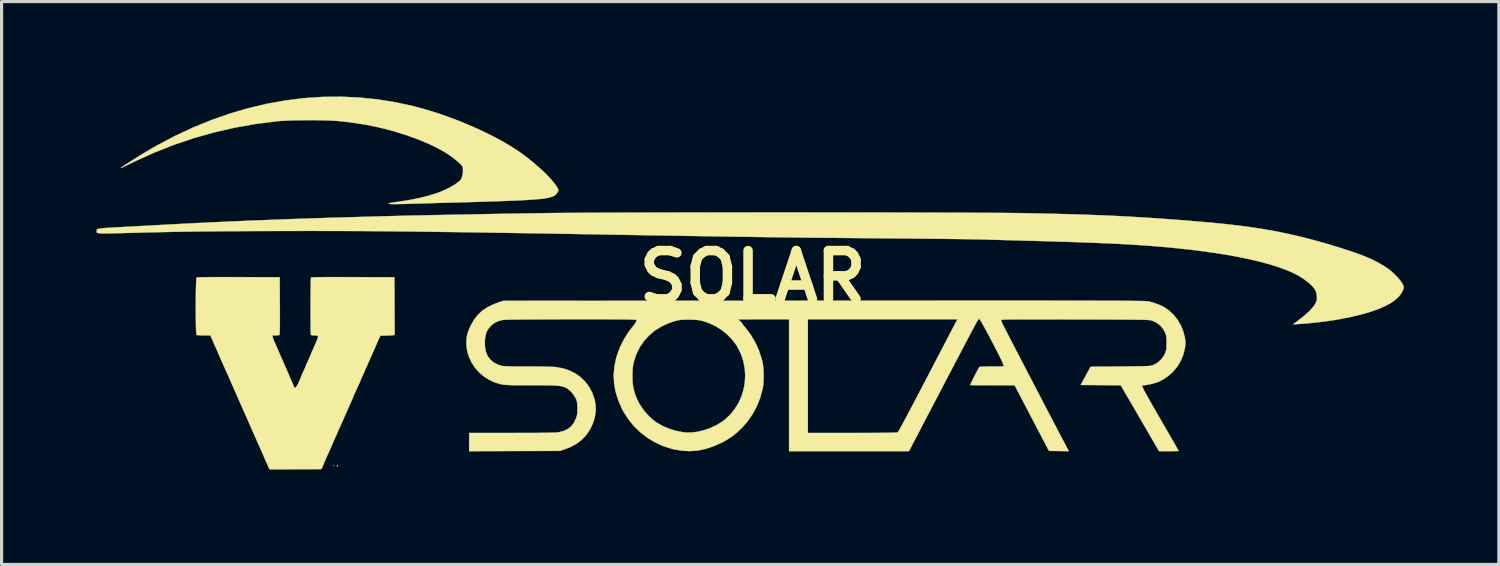
<source format=kicad_pcb>
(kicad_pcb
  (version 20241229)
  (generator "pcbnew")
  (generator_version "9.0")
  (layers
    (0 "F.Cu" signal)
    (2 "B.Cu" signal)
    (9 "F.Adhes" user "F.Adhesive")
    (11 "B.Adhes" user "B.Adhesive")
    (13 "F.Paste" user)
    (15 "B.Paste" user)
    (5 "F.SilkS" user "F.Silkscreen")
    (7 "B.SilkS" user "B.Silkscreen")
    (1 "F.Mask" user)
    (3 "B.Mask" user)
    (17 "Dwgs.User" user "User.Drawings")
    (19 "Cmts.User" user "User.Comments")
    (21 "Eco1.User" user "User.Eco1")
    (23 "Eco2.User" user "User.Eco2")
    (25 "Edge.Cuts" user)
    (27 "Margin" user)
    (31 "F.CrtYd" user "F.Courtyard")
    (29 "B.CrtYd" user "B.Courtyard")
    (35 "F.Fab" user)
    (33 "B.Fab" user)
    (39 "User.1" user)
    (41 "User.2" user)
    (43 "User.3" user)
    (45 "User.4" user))
  (footprint "SOLAR"
    (layer "F.Cu")
    (at 20.732 5.702)
    (property "Reference" "SOLAR" (at 0 0 0) (layer "F.SilkS") (effects (font (size 1.524 1.524) (thickness 0.3))))
    (attr through_hole)
    (fp_poly (pts (xy -13.248 5.949) (xy -13.245 5.969) (xy -13.248 5.972) (xy -13.258 5.969) (xy -13.259 5.961) (xy -13.253 5.947) (xy -13.248 5.949)) (stroke (width 0.01) (type solid)) (fill yes) (layer "F.SilkS"))
    (fp_poly (pts (xy -13.109 5.956) (xy -13.106 5.968) (xy -13.112 5.992) (xy -13.127 5.985) (xy -13.131 5.979) (xy -13.129 5.957) (xy -13.124 5.952) (xy -13.109 5.956)) (stroke (width 0.01) (type solid)) (fill yes) (layer "F.SilkS"))
    (fp_poly (pts (xy -12.434 -5.671) (xy -11.854 -5.612) (xy -11.277 -5.52) (xy -10.704 -5.394) (xy -10.693 -5.391) (xy -10.333 -5.293) (xy -9.964 -5.179) (xy -9.593 -5.05) (xy -9.224 -4.909) (xy -8.861 -4.757) (xy -8.511 -4.598) (xy -8.177 -4.432) (xy -7.865 -4.263) (xy -7.58 -4.092) (xy -7.452 -4.009) (xy -7.276 -3.886) (xy -7.101 -3.754) (xy -6.931 -3.617) (xy -6.769 -3.478) (xy -6.617 -3.339) (xy -6.48 -3.203) (xy -6.361 -3.075) (xy -6.262 -2.956) (xy -6.187 -2.85) (xy -6.157 -2.797) (xy -6.141 -2.762) (xy -6.138 -2.734) (xy -6.151 -2.701) (xy -6.167 -2.671) (xy -6.212 -2.612) (xy -6.268 -2.566) (xy -6.271 -2.564) (xy -6.335 -2.537) (xy -6.424 -2.511) (xy -6.53 -2.489) (xy -6.643 -2.472) (xy -6.714 -2.465) (xy -6.779 -2.46) (xy -6.865 -2.453) (xy -6.963 -2.446) (xy -7.053 -2.438) (xy -7.134 -2.433) (xy -7.245 -2.427) (xy -7.385 -2.42) (xy -7.548 -2.413) (xy -7.734 -2.406) (xy -7.937 -2.398) (xy -8.156 -2.39) (xy -8.387 -2.383) (xy -8.627 -2.375) (xy -8.873 -2.368) (xy -9.121 -2.361) (xy -9.37 -2.354) (xy -9.381 -2.354) (xy -9.56 -2.349) (xy -9.752 -2.344) (xy -9.949 -2.339) (xy -10.144 -2.333) (xy -10.327 -2.328) (xy -10.492 -2.323) (xy -10.609 -2.32) (xy -10.817 -2.313) (xy -10.994 -2.308) (xy -11.14 -2.305) (xy -11.259 -2.303) (xy -11.352 -2.303) (xy -11.421 -2.305) (xy -11.468 -2.308) (xy -11.495 -2.312) (xy -11.504 -2.319) (xy -11.502 -2.323) (xy -11.479 -2.332) (xy -11.428 -2.343) (xy -11.357 -2.356) (xy -11.272 -2.368) (xy -11.232 -2.374) (xy -10.99 -2.408) (xy -10.746 -2.451) (xy -10.509 -2.501) (xy -10.284 -2.557) (xy -10.078 -2.617) (xy -9.897 -2.679) (xy -9.866 -2.691) (xy -9.733 -2.748) (xy -9.605 -2.811) (xy -9.487 -2.876) (xy -9.383 -2.94) (xy -9.298 -3.002) (xy -9.237 -3.057) (xy -9.213 -3.088) (xy -9.184 -3.157) (xy -9.163 -3.245) (xy -9.153 -3.34) (xy -9.156 -3.421) (xy -9.162 -3.461) (xy -9.173 -3.494) (xy -9.193 -3.525) (xy -9.229 -3.563) (xy -9.283 -3.615) (xy -9.295 -3.626) (xy -9.48 -3.779) (xy -9.699 -3.927) (xy -9.951 -4.07) (xy -10.236 -4.208) (xy -10.554 -4.341) (xy -10.905 -4.468) (xy -11.007 -4.502) (xy -11.308 -4.596) (xy -11.603 -4.677) (xy -11.899 -4.746) (xy -12.204 -4.807) (xy -12.525 -4.859) (xy -12.869 -4.904) (xy -13.03 -4.922) (xy -13.146 -4.932) (xy -13.291 -4.94) (xy -13.458 -4.947) (xy -13.641 -4.951) (xy -13.836 -4.954) (xy -14.037 -4.954) (xy -14.238 -4.953) (xy -14.432 -4.95) (xy -14.616 -4.946) (xy -14.782 -4.939) (xy -14.926 -4.93) (xy -15.02 -4.922) (xy -15.693 -4.837) (xy -16.354 -4.721) (xy -17.004 -4.572) (xy -17.645 -4.392) (xy -18.277 -4.179) (xy -18.901 -3.933) (xy -19.519 -3.654) (xy -19.701 -3.565) (xy -19.786 -3.524) (xy -19.859 -3.489) (xy -19.915 -3.462) (xy -19.951 -3.447) (xy -19.96 -3.445) (xy -19.95 -3.456) (xy -19.914 -3.483) (xy -19.856 -3.523) (xy -19.779 -3.574) (xy -19.686 -3.634) (xy -19.582 -3.7) (xy -19.47 -3.77) (xy -19.352 -3.842) (xy -19.234 -3.915) (xy -19.117 -3.985) (xy -19.006 -4.051) (xy -18.903 -4.111) (xy -18.83 -4.152) (xy -18.26 -4.453) (xy -17.686 -4.721) (xy -17.109 -4.957) (xy -16.528 -5.161) (xy -15.945 -5.332) (xy -15.36 -5.471) (xy -14.774 -5.576) (xy -14.187 -5.65) (xy -13.602 -5.69) (xy -13.017 -5.697) (xy -12.434 -5.671)) (stroke (width 0.01) (type solid)) (fill yes) (layer "F.SilkS"))
    (fp_poly (pts (xy 1.166 -2.04) (xy 1.641 -2.04) (xy 2.113 -2.039) (xy 2.581 -2.039) (xy 3.044 -2.039) (xy 3.5 -2.038) (xy 3.948 -2.038) (xy 4.385 -2.037) (xy 4.81 -2.036) (xy 5.222 -2.035) (xy 5.619 -2.034) (xy 6 -2.033) (xy 6.362 -2.032) (xy 6.705 -2.031) (xy 7.026 -2.029) (xy 7.325 -2.028) (xy 7.599 -2.026) (xy 7.847 -2.025) (xy 8.067 -2.023) (xy 8.258 -2.021) (xy 8.418 -2.019) (xy 8.534 -2.018) (xy 9.058 -2.007) (xy 9.551 -1.996) (xy 10.018 -1.984) (xy 10.464 -1.97) (xy 10.893 -1.954) (xy 11.307 -1.937) (xy 11.713 -1.917) (xy 12.113 -1.895) (xy 12.511 -1.871) (xy 12.913 -1.844) (xy 13.321 -1.814) (xy 13.74 -1.781) (xy 14.174 -1.745) (xy 14.376 -1.727) (xy 14.856 -1.682) (xy 15.306 -1.631) (xy 15.733 -1.575) (xy 16.142 -1.512) (xy 16.538 -1.442) (xy 16.925 -1.363) (xy 17.309 -1.274) (xy 17.695 -1.175) (xy 18.088 -1.065) (xy 18.246 -1.018) (xy 18.516 -0.936) (xy 18.757 -0.859) (xy 18.971 -0.788) (xy 19.162 -0.72) (xy 19.333 -0.655) (xy 19.487 -0.59) (xy 19.627 -0.526) (xy 19.756 -0.459) (xy 19.878 -0.39) (xy 19.996 -0.317) (xy 20.015 -0.304) (xy 20.116 -0.232) (xy 20.215 -0.149) (xy 20.309 -0.06) (xy 20.395 0.031) (xy 20.468 0.119) (xy 20.525 0.201) (xy 20.561 0.272) (xy 20.574 0.327) (xy 20.563 0.381) (xy 20.533 0.45) (xy 20.49 0.524) (xy 20.439 0.595) (xy 20.411 0.627) (xy 20.291 0.735) (xy 20.138 0.837) (xy 19.953 0.934) (xy 19.736 1.026) (xy 19.488 1.111) (xy 19.209 1.19) (xy 18.9 1.263) (xy 18.562 1.33) (xy 18.371 1.362) (xy 18.198 1.388) (xy 18.008 1.414) (xy 17.811 1.437) (xy 17.618 1.457) (xy 17.439 1.473) (xy 17.289 1.484) (xy 17.077 1.495) (xy 17.23 1.38) (xy 17.317 1.313) (xy 17.383 1.262) (xy 17.435 1.221) (xy 17.479 1.183) (xy 17.521 1.145) (xy 17.568 1.1) (xy 17.607 1.062) (xy 17.708 0.951) (xy 17.777 0.847) (xy 17.783 0.834) (xy 17.811 0.775) (xy 17.825 0.728) (xy 17.83 0.678) (xy 17.828 0.611) (xy 17.827 0.603) (xy 17.816 0.521) (xy 17.793 0.446) (xy 17.754 0.374) (xy 17.697 0.302) (xy 17.618 0.225) (xy 17.514 0.14) (xy 17.413 0.064) (xy 17.259 -0.035) (xy 17.073 -0.131) (xy 16.855 -0.224) (xy 16.606 -0.315) (xy 16.329 -0.401) (xy 16.024 -0.484) (xy 15.693 -0.562) (xy 15.336 -0.636) (xy 14.955 -0.705) (xy 14.551 -0.768) (xy 14.125 -0.826) (xy 13.902 -0.854) (xy 13.659 -0.881) (xy 13.419 -0.907) (xy 13.177 -0.931) (xy 12.933 -0.953) (xy 12.684 -0.974) (xy 12.427 -0.994) (xy 12.16 -1.012) (xy 11.882 -1.029) (xy 11.588 -1.045) (xy 11.278 -1.06) (xy 10.948 -1.074) (xy 10.597 -1.088) (xy 10.222 -1.101) (xy 9.821 -1.114) (xy 9.391 -1.127) (xy 8.93 -1.14) (xy 8.822 -1.143) (xy 8.622 -1.148) (xy 8.412 -1.154) (xy 8.2 -1.16) (xy 7.991 -1.165) (xy 7.791 -1.171) (xy 7.606 -1.176) (xy 7.442 -1.181) (xy 7.305 -1.185) (xy 7.29 -1.185) (xy 7.199 -1.187) (xy 7.076 -1.19) (xy 6.926 -1.192) (xy 6.75 -1.195) (xy 6.551 -1.198) (xy 6.333 -1.201) (xy 6.097 -1.204) (xy 5.847 -1.207) (xy 5.585 -1.21) (xy 5.314 -1.212) (xy 5.038 -1.215) (xy 4.758 -1.218) (xy 4.555 -1.219) (xy 4.178 -1.222) (xy 3.82 -1.225) (xy 3.479 -1.228) (xy 3.153 -1.231) (xy 2.839 -1.234) (xy 2.536 -1.237) (xy 2.242 -1.239) (xy 1.954 -1.242) (xy 1.671 -1.245) (xy 1.391 -1.249) (xy 1.111 -1.252) (xy 0.829 -1.255) (xy 0.544 -1.259) (xy 0.254 -1.263) (xy -0.045 -1.267) (xy -0.353 -1.272) (xy -0.672 -1.276) (xy -1.006 -1.281) (xy -1.355 -1.287) (xy -1.722 -1.293) (xy -2.109 -1.299) (xy -2.517 -1.306) (xy -2.95 -1.313) (xy -3.409 -1.321) (xy -3.896 -1.329) (xy -4.412 -1.338) (xy -4.885 -1.346) (xy -5.502 -1.357) (xy -6.086 -1.367) (xy -6.639 -1.376) (xy -7.164 -1.384) (xy -7.661 -1.393) (xy -8.133 -1.4) (xy -8.581 -1.407) (xy -9.007 -1.413) (xy -9.412 -1.419) (xy -9.798 -1.424) (xy -10.167 -1.429) (xy -10.521 -1.434) (xy -10.86 -1.438) (xy -11.187 -1.441) (xy -11.504 -1.444) (xy -11.811 -1.447) (xy -12.111 -1.449) (xy -12.406 -1.451) (xy -12.697 -1.452) (xy -12.985 -1.453) (xy -13.272 -1.454) (xy -13.561 -1.454) (xy -13.852 -1.455) (xy -14.147 -1.455) (xy -14.449 -1.454) (xy -14.758 -1.454) (xy -15.076 -1.453) (xy -15.274 -1.452) (xy -15.667 -1.451) (xy -16.029 -1.449) (xy -16.364 -1.448) (xy -16.675 -1.446) (xy -16.965 -1.444) (xy -17.237 -1.441) (xy -17.494 -1.439) (xy -17.74 -1.435) (xy -17.978 -1.432) (xy -18.211 -1.428) (xy -18.442 -1.423) (xy -18.674 -1.418) (xy -18.912 -1.413) (xy -19.157 -1.407) (xy -19.2 -1.406) (xy -19.462 -1.399) (xy -19.692 -1.393) (xy -19.893 -1.388) (xy -20.066 -1.383) (xy -20.213 -1.38) (xy -20.337 -1.378) (xy -20.439 -1.377) (xy -20.522 -1.378) (xy -20.587 -1.379) (xy -20.637 -1.382) (xy -20.673 -1.387) (xy -20.698 -1.393) (xy -20.714 -1.4) (xy -20.723 -1.409) (xy -20.726 -1.42) (xy -20.727 -1.433) (xy -20.726 -1.447) (xy -20.726 -1.453) (xy -20.726 -1.472) (xy -20.723 -1.487) (xy -20.715 -1.5) (xy -20.698 -1.511) (xy -20.671 -1.521) (xy -20.63 -1.529) (xy -20.573 -1.537) (xy -20.497 -1.544) (xy -20.399 -1.551) (xy -20.277 -1.559) (xy -20.128 -1.568) (xy -19.949 -1.577) (xy -19.853 -1.583) (xy -19.66 -1.593) (xy -19.453 -1.604) (xy -19.241 -1.615) (xy -19.03 -1.627) (xy -18.827 -1.638) (xy -18.641 -1.648) (xy -18.477 -1.656) (xy -18.415 -1.66) (xy -17.795 -1.692) (xy -17.168 -1.723) (xy -16.53 -1.752) (xy -15.881 -1.78) (xy -15.22 -1.806) (xy -14.543 -1.831) (xy -13.85 -1.855) (xy -13.138 -1.877) (xy -12.407 -1.898) (xy -11.654 -1.919) (xy -10.878 -1.938) (xy -10.076 -1.955) (xy -9.248 -1.972) (xy -8.391 -1.988) (xy -7.504 -2.003) (xy -6.584 -2.018) (xy -6.494 -2.019) (xy -6.34 -2.021) (xy -6.155 -2.023) (xy -5.941 -2.025) (xy -5.698 -2.026) (xy -5.429 -2.028) (xy -5.135 -2.029) (xy -4.818 -2.031) (xy -4.48 -2.032) (xy -4.121 -2.033) (xy -3.744 -2.034) (xy -3.35 -2.035) (xy -2.941 -2.036) (xy -2.518 -2.037) (xy -2.083 -2.038) (xy -1.638 -2.038) (xy -1.183 -2.039) (xy -0.722 -2.039) (xy -0.254 -2.039) (xy 0.217 -2.04) (xy 0.691 -2.04) (xy 1.166 -2.04)) (stroke (width 0.01) (type solid)) (fill yes) (layer "F.SilkS"))
    (fp_poly (pts (xy -13.021 0.003) (xy -12.79 0.004) (xy -12.631 0.004) (xy -11.32 0.008) (xy -11.316 0.918) (xy -11.311 1.828) (xy -11.349 1.837) (xy -11.382 1.841) (xy -11.439 1.845) (xy -11.512 1.848) (xy -11.574 1.85) (xy -11.76 1.854) (xy -11.795 1.922) (xy -11.818 1.971) (xy -11.849 2.038) (xy -11.879 2.11) (xy -11.882 2.117) (xy -11.917 2.199) (xy -11.956 2.289) (xy -11.989 2.363) (xy -12.025 2.443) (xy -12.054 2.508) (xy -12.084 2.577) (xy -12.112 2.642) (xy -12.132 2.685) (xy -12.16 2.748) (xy -12.191 2.817) (xy -12.199 2.833) (xy -12.226 2.894) (xy -12.247 2.942) (xy -12.259 2.969) (xy -12.26 2.973) (xy -12.266 2.99) (xy -12.284 3.03) (xy -12.31 3.086) (xy -12.319 3.106) (xy -12.346 3.166) (xy -12.367 3.213) (xy -12.378 3.24) (xy -12.378 3.243) (xy -12.385 3.263) (xy -12.402 3.303) (xy -12.419 3.341) (xy -12.45 3.41) (xy -12.485 3.486) (xy -12.501 3.522) (xy -12.534 3.594) (xy -12.57 3.672) (xy -12.588 3.71) (xy -12.611 3.761) (xy -12.627 3.799) (xy -12.632 3.815) (xy -12.639 3.834) (xy -12.656 3.875) (xy -12.68 3.931) (xy -12.685 3.94) (xy -12.728 4.036) (xy -12.768 4.126) (xy -12.813 4.227) (xy -12.823 4.25) (xy -12.889 4.401) (xy -12.945 4.526) (xy -12.992 4.633) (xy -13.034 4.726) (xy -13.073 4.813) (xy -13.088 4.847) (xy -13.118 4.914) (xy -13.148 4.983) (xy -13.183 5.06) (xy -13.224 5.154) (xy -13.275 5.27) (xy -13.284 5.292) (xy -13.321 5.376) (xy -13.355 5.453) (xy -13.382 5.516) (xy -13.401 5.556) (xy -13.404 5.563) (xy -13.419 5.596) (xy -13.445 5.654) (xy -13.477 5.728) (xy -13.514 5.812) (xy -13.527 5.842) (xy -13.627 6.071) (xy -14.441 6.075) (xy -15.255 6.079) (xy -15.281 6.042) (xy -15.301 6.009) (xy -15.308 5.991) (xy -15.314 5.971) (xy -15.332 5.928) (xy -15.358 5.871) (xy -15.367 5.852) (xy -15.394 5.792) (xy -15.415 5.746) (xy -15.426 5.72) (xy -15.426 5.717) (xy -15.433 5.699) (xy -15.45 5.658) (xy -15.474 5.603) (xy -15.479 5.593) (xy -15.51 5.524) (xy -15.541 5.456) (xy -15.563 5.406) (xy -15.592 5.342) (xy -15.623 5.274) (xy -15.628 5.262) (xy -15.648 5.217) (xy -15.681 5.142) (xy -15.728 5.035) (xy -15.788 4.899) (xy -15.862 4.731) (xy -15.943 4.547) (xy -15.962 4.502) (xy -15.989 4.443) (xy -16.007 4.403) (xy -16.035 4.339) (xy -16.069 4.261) (xy -16.103 4.185) (xy -16.104 4.183) (xy -16.14 4.1) (xy -16.181 4.008) (xy -16.216 3.932) (xy -16.242 3.873) (xy -16.262 3.827) (xy -16.272 3.802) (xy -16.273 3.8) (xy -16.28 3.782) (xy -16.297 3.741) (xy -16.323 3.685) (xy -16.332 3.665) (xy -16.359 3.606) (xy -16.38 3.56) (xy -16.391 3.534) (xy -16.391 3.531) (xy -16.398 3.514) (xy -16.416 3.473) (xy -16.441 3.418) (xy -16.451 3.396) (xy -16.478 3.337) (xy -16.498 3.29) (xy -16.509 3.263) (xy -16.51 3.26) (xy -16.517 3.242) (xy -16.534 3.202) (xy -16.559 3.146) (xy -16.567 3.129) (xy -16.605 3.048) (xy -16.646 2.956) (xy -16.68 2.879) (xy -16.715 2.8) (xy -16.752 2.715) (xy -16.784 2.644) (xy -16.815 2.575) (xy -16.852 2.49) (xy -16.887 2.408) (xy -16.891 2.399) (xy -16.924 2.322) (xy -16.958 2.244) (xy -16.987 2.181) (xy -16.992 2.172) (xy -17.015 2.123) (xy -17.031 2.087) (xy -17.035 2.075) (xy -17.041 2.057) (xy -17.059 2.016) (xy -17.083 1.962) (xy -17.086 1.956) (xy -17.136 1.846) (xy -17.345 1.846) (xy -17.452 1.844) (xy -17.526 1.839) (xy -17.567 1.83) (xy -17.573 1.825) (xy -17.579 1.804) (xy -17.583 1.752) (xy -17.587 1.675) (xy -17.59 1.575) (xy -17.592 1.457) (xy -17.594 1.324) (xy -17.595 1.182) (xy -17.596 1.032) (xy -17.596 0.88) (xy -17.595 0.728) (xy -17.594 0.582) (xy -17.592 0.444) (xy -17.589 0.32) (xy -17.586 0.211) (xy -17.582 0.124) (xy -17.578 0.06) (xy -17.573 0.025) (xy -17.571 0.019) (xy -17.556 0.015) (xy -17.519 0.012) (xy -17.461 0.009) (xy -17.378 0.007) (xy -17.27 0.005) (xy -17.135 0.004) (xy -16.972 0.003) (xy -16.78 0.003) (xy -16.556 0.003) (xy -16.301 0.004) (xy -16.246 0.004) (xy -14.944 0.008) (xy -14.939 0.913) (xy -14.938 1.12) (xy -14.938 1.295) (xy -14.938 1.441) (xy -14.939 1.56) (xy -14.941 1.654) (xy -14.943 1.725) (xy -14.945 1.777) (xy -14.949 1.81) (xy -14.953 1.828) (xy -14.956 1.832) (xy -14.984 1.839) (xy -15.033 1.844) (xy -15.077 1.845) (xy -15.177 1.846) (xy -15.166 1.9) (xy -15.151 1.952) (xy -15.128 2.01) (xy -15.123 2.023) (xy -15.074 2.128) (xy -15.028 2.231) (xy -14.989 2.321) (xy -14.969 2.371) (xy -14.947 2.423) (xy -14.917 2.493) (xy -14.884 2.566) (xy -14.878 2.579) (xy -14.85 2.64) (xy -14.829 2.688) (xy -14.818 2.716) (xy -14.817 2.72) (xy -14.81 2.739) (xy -14.793 2.779) (xy -14.773 2.825) (xy -14.74 2.896) (xy -14.705 2.972) (xy -14.688 3.01) (xy -14.666 3.06) (xy -14.651 3.096) (xy -14.647 3.109) (xy -14.641 3.128) (xy -14.624 3.168) (xy -14.603 3.214) (xy -14.553 3.325) (xy -14.517 3.406) (xy -14.495 3.46) (xy -14.489 3.476) (xy -14.471 3.502) (xy -14.445 3.496) (xy -14.411 3.457) (xy -14.37 3.385) (xy -14.321 3.28) (xy -14.275 3.167) (xy -14.253 3.114) (xy -14.223 3.044) (xy -14.19 2.971) (xy -14.184 2.958) (xy -14.156 2.897) (xy -14.135 2.849) (xy -14.123 2.821) (xy -14.122 2.817) (xy -14.116 2.799) (xy -14.099 2.758) (xy -14.078 2.713) (xy -14.046 2.641) (xy -14.011 2.565) (xy -13.994 2.527) (xy -13.972 2.477) (xy -13.957 2.441) (xy -13.953 2.428) (xy -13.947 2.409) (xy -13.93 2.369) (xy -13.913 2.332) (xy -13.868 2.233) (xy -13.835 2.158) (xy -13.809 2.101) (xy -13.79 2.054) (xy -13.772 2.012) (xy -13.766 1.995) (xy -13.74 1.927) (xy -13.732 1.883) (xy -13.744 1.859) (xy -13.778 1.848) (xy -13.838 1.846) (xy -13.841 1.846) (xy -13.905 1.844) (xy -13.942 1.836) (xy -13.958 1.822) (xy -13.96 1.819) (xy -13.962 1.796) (xy -13.964 1.743) (xy -13.966 1.665) (xy -13.967 1.564) (xy -13.968 1.446) (xy -13.969 1.313) (xy -13.97 1.17) (xy -13.97 1.02) (xy -13.969 0.868) (xy -13.969 0.718) (xy -13.968 0.572) (xy -13.967 0.436) (xy -13.965 0.312) (xy -13.964 0.206) (xy -13.962 0.12) (xy -13.96 0.058) (xy -13.957 0.025) (xy -13.956 0.021) (xy -13.947 0.017) (xy -13.924 0.014) (xy -13.886 0.011) (xy -13.83 0.008) (xy -13.755 0.006) (xy -13.658 0.005) (xy -13.539 0.004) (xy -13.394 0.003) (xy -13.222 0.003) (xy -13.021 0.003)) (stroke (width 0.01) (type solid)) (fill yes) (layer "F.SilkS"))
    (fp_poly (pts (xy 8.309 0.747) (xy 8.693 0.747) (xy 9.053 0.747) (xy 9.39 0.747) (xy 9.704 0.748) (xy 9.996 0.748) (xy 10.267 0.748) (xy 10.517 0.749) (xy 10.748 0.749) (xy 10.961 0.75) (xy 11.155 0.75) (xy 11.333 0.751) (xy 11.494 0.751) (xy 11.64 0.752) (xy 11.771 0.753) (xy 11.889 0.754) (xy 11.993 0.755) (xy 12.085 0.756) (xy 12.165 0.757) (xy 12.235 0.758) (xy 12.295 0.759) (xy 12.346 0.761) (xy 12.389 0.762) (xy 12.424 0.764) (xy 12.452 0.765) (xy 12.475 0.767) (xy 12.493 0.769) (xy 12.506 0.77) (xy 12.514 0.772) (xy 12.623 0.8) (xy 12.741 0.839) (xy 12.856 0.883) (xy 12.956 0.928) (xy 12.988 0.945) (xy 13.156 1.059) (xy 13.305 1.2) (xy 13.433 1.362) (xy 13.536 1.543) (xy 13.614 1.74) (xy 13.663 1.948) (xy 13.667 1.977) (xy 13.675 2.055) (xy 13.674 2.129) (xy 13.664 2.214) (xy 13.657 2.255) (xy 13.604 2.465) (xy 13.521 2.662) (xy 13.41 2.842) (xy 13.273 3.004) (xy 13.112 3.144) (xy 12.929 3.261) (xy 12.839 3.305) (xy 12.764 3.334) (xy 12.67 3.362) (xy 12.569 3.388) (xy 12.471 3.407) (xy 12.387 3.419) (xy 12.351 3.421) (xy 12.309 3.426) (xy 12.293 3.441) (xy 12.306 3.46) (xy 12.31 3.462) (xy 12.325 3.484) (xy 12.34 3.524) (xy 12.342 3.528) (xy 12.353 3.552) (xy 12.379 3.603) (xy 12.42 3.678) (xy 12.473 3.774) (xy 12.538 3.889) (xy 12.612 4.02) (xy 12.695 4.164) (xy 12.784 4.32) (xy 12.879 4.484) (xy 12.91 4.537) (xy 13.005 4.701) (xy 13.095 4.857) (xy 13.178 5.001) (xy 13.254 5.132) (xy 13.32 5.246) (xy 13.375 5.342) (xy 13.418 5.417) (xy 13.447 5.469) (xy 13.461 5.494) (xy 13.462 5.497) (xy 13.446 5.499) (xy 13.401 5.501) (xy 13.333 5.502) (xy 13.248 5.503) (xy 13.151 5.503) (xy 12.84 5.503) (xy 12.607 5.101) (xy 12.545 4.994) (xy 12.47 4.864) (xy 12.384 4.717) (xy 12.292 4.559) (xy 12.197 4.396) (xy 12.103 4.233) (xy 12.013 4.078) (xy 12.002 4.06) (xy 11.63 3.421) (xy 10.365 3.412) (xy 10.521 3.124) (xy 10.677 2.836) (xy 11.625 2.828) (xy 11.829 2.826) (xy 12.002 2.824) (xy 12.147 2.822) (xy 12.266 2.821) (xy 12.363 2.818) (xy 12.44 2.816) (xy 12.501 2.813) (xy 12.547 2.809) (xy 12.583 2.805) (xy 12.61 2.8) (xy 12.632 2.794) (xy 12.651 2.787) (xy 12.654 2.786) (xy 12.787 2.713) (xy 12.9 2.615) (xy 12.99 2.494) (xy 13.04 2.392) (xy 13.057 2.344) (xy 13.068 2.296) (xy 13.075 2.24) (xy 13.078 2.166) (xy 13.078 2.083) (xy 13.078 1.987) (xy 13.074 1.916) (xy 13.067 1.862) (xy 13.055 1.814) (xy 13.04 1.774) (xy 12.971 1.641) (xy 12.876 1.53) (xy 12.757 1.441) (xy 12.616 1.378) (xy 12.615 1.377) (xy 12.601 1.373) (xy 12.584 1.369) (xy 12.563 1.366) (xy 12.536 1.362) (xy 12.502 1.36) (xy 12.458 1.357) (xy 12.404 1.355) (xy 12.336 1.353) (xy 12.254 1.351) (xy 12.156 1.35) (xy 12.04 1.348) (xy 11.904 1.347) (xy 11.747 1.346) (xy 11.567 1.345) (xy 11.362 1.345) (xy 11.13 1.344) (xy 10.87 1.343) (xy 10.58 1.343) (xy 10.258 1.342) (xy 10.179 1.342) (xy 9.851 1.341) (xy 9.554 1.34) (xy 9.288 1.34) (xy 9.051 1.34) (xy 8.842 1.34) (xy 8.658 1.34) (xy 8.497 1.34) (xy 8.36 1.34) (xy 8.243 1.341) (xy 8.145 1.342) (xy 8.064 1.343) (xy 7.999 1.345) (xy 7.949 1.347) (xy 7.91 1.349) (xy 7.883 1.351) (xy 7.865 1.354) (xy 7.854 1.357) (xy 7.849 1.361) (xy 7.848 1.365) (xy 7.849 1.367) (xy 7.863 1.403) (xy 7.881 1.451) (xy 7.884 1.458) (xy 7.894 1.479) (xy 7.918 1.527) (xy 7.956 1.601) (xy 8.006 1.698) (xy 8.067 1.817) (xy 8.138 1.955) (xy 8.218 2.11) (xy 8.306 2.28) (xy 8.401 2.462) (xy 8.501 2.655) (xy 8.605 2.856) (xy 8.713 3.063) (xy 8.823 3.274) (xy 8.933 3.486) (xy 9.044 3.699) (xy 9.153 3.908) (xy 9.26 4.113) (xy 9.364 4.311) (xy 9.462 4.5) (xy 9.555 4.678) (xy 9.641 4.842) (xy 9.719 4.99) (xy 9.787 5.121) (xy 9.846 5.231) (xy 9.893 5.32) (xy 9.916 5.364) (xy 9.991 5.504) (xy 9.677 5.499) (xy 9.363 5.495) (xy 8.964 4.733) (xy 8.88 4.573) (xy 8.796 4.413) (xy 8.715 4.257) (xy 8.638 4.11) (xy 8.567 3.975) (xy 8.506 3.858) (xy 8.456 3.762) (xy 8.421 3.696) (xy 8.277 3.421) (xy 7.576 3.421) (xy 7.426 3.42) (xy 7.286 3.42) (xy 7.162 3.419) (xy 7.055 3.418) (xy 6.97 3.417) (xy 6.91 3.416) (xy 6.879 3.415) (xy 6.875 3.414) (xy 6.882 3.393) (xy 6.903 3.348) (xy 6.933 3.286) (xy 6.969 3.211) (xy 7.01 3.13) (xy 7.052 3.05) (xy 7.091 2.975) (xy 7.125 2.911) (xy 7.15 2.866) (xy 7.165 2.844) (xy 7.166 2.843) (xy 7.189 2.839) (xy 7.24 2.835) (xy 7.315 2.832) (xy 7.409 2.83) (xy 7.515 2.828) (xy 7.567 2.828) (xy 7.689 2.828) (xy 7.782 2.827) (xy 7.849 2.826) (xy 7.893 2.823) (xy 7.92 2.819) (xy 7.933 2.813) (xy 7.935 2.805) (xy 7.933 2.798) (xy 7.92 2.765) (xy 7.901 2.715) (xy 7.891 2.689) (xy 7.875 2.652) (xy 7.845 2.591) (xy 7.805 2.51) (xy 7.755 2.412) (xy 7.698 2.302) (xy 7.637 2.183) (xy 7.572 2.06) (xy 7.507 1.935) (xy 7.442 1.814) (xy 7.381 1.7) (xy 7.325 1.597) (xy 7.277 1.508) (xy 7.237 1.438) (xy 7.209 1.391) (xy 7.195 1.37) (xy 7.171 1.339) (xy 7.162 1.317) (xy 7.156 1.312) (xy 7.143 1.329) (xy 7.119 1.364) (xy 7.105 1.38) (xy 7.094 1.397) (xy 7.07 1.442) (xy 7.031 1.514) (xy 6.979 1.61) (xy 6.916 1.73) (xy 6.841 1.87) (xy 6.756 2.031) (xy 6.662 2.209) (xy 6.56 2.404) (xy 6.45 2.613) (xy 6.334 2.834) (xy 6.212 3.066) (xy 6.086 3.308) (xy 6.012 3.45) (xy 4.939 5.503) (xy 1.151 5.503) (xy 1.151 1.338) (xy 1.744 1.338) (xy 1.744 4.928) (xy 3.158 4.928) (xy 3.444 4.927) (xy 3.699 4.927) (xy 3.922 4.926) (xy 4.112 4.924) (xy 4.27 4.923) (xy 4.395 4.92) (xy 4.487 4.918) (xy 4.546 4.915) (xy 4.571 4.912) (xy 4.572 4.911) (xy 4.585 4.895) (xy 4.594 4.894) (xy 4.605 4.879) (xy 4.63 4.836) (xy 4.669 4.767) (xy 4.721 4.672) (xy 4.784 4.556) (xy 4.858 4.418) (xy 4.941 4.261) (xy 5.033 4.086) (xy 5.134 3.897) (xy 5.24 3.693) (xy 5.353 3.478) (xy 5.471 3.252) (xy 5.486 3.222) (xy 5.603 2.998) (xy 5.716 2.781) (xy 5.824 2.573) (xy 5.927 2.376) (xy 6.023 2.192) (xy 6.111 2.023) (xy 6.19 1.872) (xy 6.258 1.74) (xy 6.316 1.629) (xy 6.362 1.542) (xy 6.394 1.48) (xy 6.412 1.446) (xy 6.414 1.444) (xy 6.472 1.338) (xy 1.744 1.338) (xy 1.151 1.338) (xy 0.343 1.338) (xy -0.466 1.339) (xy -0.402 1.391) (xy -0.365 1.424) (xy -0.342 1.451) (xy -0.339 1.459) (xy -0.328 1.478) (xy -0.3 1.516) (xy -0.26 1.566) (xy -0.234 1.596) (xy -0.066 1.817) (xy 0.078 2.058) (xy 0.196 2.316) (xy 0.285 2.586) (xy 0.315 2.71) (xy 0.332 2.818) (xy 0.343 2.95) (xy 0.348 3.093) (xy 0.346 3.24) (xy 0.338 3.377) (xy 0.323 3.497) (xy 0.315 3.539) (xy 0.237 3.821) (xy 0.129 4.089) (xy -0.007 4.341) (xy -0.171 4.575) (xy -0.321 4.747) (xy -0.483 4.904) (xy -0.646 5.035) (xy -0.821 5.15) (xy -0.991 5.241) (xy -1.246 5.353) (xy -1.493 5.434) (xy -1.737 5.484) (xy -1.979 5.502) (xy -2.225 5.49) (xy -2.476 5.448) (xy -2.565 5.427) (xy -2.835 5.339) (xy -3.091 5.222) (xy -3.33 5.077) (xy -3.551 4.906) (xy -3.752 4.712) (xy -3.928 4.495) (xy -4.08 4.258) (xy -4.141 4.14) (xy -4.254 3.876) (xy -4.333 3.615) (xy -4.378 3.355) (xy -4.389 3.133) (xy -3.799 3.133) (xy -3.794 3.302) (xy -3.778 3.449) (xy -3.749 3.588) (xy -3.705 3.73) (xy -3.659 3.846) (xy -3.577 4.01) (xy -3.469 4.173) (xy -3.342 4.329) (xy -3.203 4.468) (xy -3.058 4.583) (xy -3.05 4.588) (xy -2.86 4.699) (xy -2.65 4.79) (xy -2.43 4.86) (xy -2.21 4.903) (xy -2.17 4.908) (xy -2.079 4.915) (xy -1.992 4.916) (xy -1.898 4.91) (xy -1.786 4.896) (xy -1.753 4.891) (xy -1.55 4.846) (xy -1.344 4.775) (xy -1.145 4.682) (xy -0.964 4.571) (xy -0.884 4.512) (xy -0.713 4.354) (xy -0.568 4.176) (xy -0.448 3.982) (xy -0.354 3.774) (xy -0.287 3.556) (xy -0.248 3.332) (xy -0.236 3.103) (xy -0.252 2.875) (xy -0.297 2.649) (xy -0.371 2.429) (xy -0.474 2.219) (xy -0.531 2.129) (xy -0.659 1.963) (xy -0.813 1.808) (xy -0.987 1.67) (xy -1.173 1.553) (xy -1.339 1.475) (xy -1.462 1.428) (xy -1.566 1.394) (xy -1.663 1.371) (xy -1.763 1.356) (xy -1.875 1.349) (xy -2.011 1.347) (xy -2.015 1.347) (xy -2.141 1.348) (xy -2.243 1.353) (xy -2.331 1.363) (xy -2.414 1.38) (xy -2.502 1.406) (xy -2.606 1.442) (xy -2.667 1.465) (xy -2.888 1.567) (xy -3.091 1.694) (xy -3.272 1.846) (xy -3.429 2.018) (xy -3.562 2.21) (xy -3.666 2.42) (xy -3.692 2.487) (xy -3.733 2.607) (xy -3.762 2.712) (xy -3.782 2.813) (xy -3.793 2.92) (xy -3.798 3.043) (xy -3.799 3.133) (xy -4.389 3.133) (xy -4.391 3.096) (xy -4.37 2.836) (xy -4.315 2.573) (xy -4.282 2.46) (xy -4.184 2.202) (xy -4.061 1.957) (xy -3.916 1.73) (xy -3.82 1.607) (xy -3.774 1.55) (xy -3.737 1.502) (xy -3.714 1.469) (xy -3.708 1.458) (xy -3.697 1.436) (xy -3.685 1.424) (xy -3.669 1.393) (xy -3.67 1.371) (xy -3.672 1.366) (xy -3.676 1.362) (xy -3.683 1.358) (xy -3.697 1.354) (xy -3.718 1.351) (xy -3.748 1.348) (xy -3.789 1.346) (xy -3.843 1.344) (xy -3.912 1.343) (xy -3.997 1.341) (xy -4.1 1.34) (xy -4.224 1.339) (xy -4.369 1.339) (xy -4.537 1.338) (xy -4.731 1.338) (xy -4.952 1.338) (xy -5.202 1.338) (xy -5.483 1.338) (xy -5.721 1.338) (xy -6.043 1.338) (xy -6.343 1.339) (xy -6.619 1.339) (xy -6.872 1.34) (xy -7.099 1.342) (xy -7.3 1.343) (xy -7.474 1.345) (xy -7.618 1.347) (xy -7.733 1.349) (xy -7.817 1.351) (xy -7.868 1.354) (xy -7.881 1.355) (xy -8.028 1.39) (xy -8.153 1.448) (xy -8.261 1.532) (xy -8.286 1.558) (xy -8.355 1.643) (xy -8.405 1.731) (xy -8.437 1.831) (xy -8.456 1.951) (xy -8.462 2.032) (xy -8.458 2.209) (xy -8.429 2.365) (xy -8.374 2.498) (xy -8.292 2.61) (xy -8.185 2.7) (xy -8.052 2.769) (xy -7.947 2.803) (xy -7.917 2.809) (xy -7.877 2.814) (xy -7.826 2.818) (xy -7.758 2.822) (xy -7.673 2.824) (xy -7.565 2.826) (xy -7.433 2.827) (xy -7.272 2.828) (xy -7.116 2.828) (xy -6.95 2.828) (xy -6.789 2.83) (xy -6.639 2.831) (xy -6.504 2.834) (xy -6.389 2.837) (xy -6.297 2.841) (xy -6.233 2.845) (xy -6.219 2.846) (xy -5.995 2.887) (xy -5.787 2.955) (xy -5.599 3.05) (xy -5.43 3.171) (xy -5.284 3.316) (xy -5.161 3.483) (xy -5.062 3.672) (xy -4.992 3.878) (xy -4.96 4.062) (xy -4.96 4.252) (xy -4.991 4.443) (xy -5.051 4.633) (xy -5.14 4.817) (xy -5.258 4.992) (xy -5.277 5.017) (xy -5.408 5.152) (xy -5.566 5.27) (xy -5.752 5.371) (xy -5.944 5.447) (xy -6.088 5.495) (xy -8.958 5.504) (xy -8.958 4.928) (xy -7.607 4.928) (xy -7.351 4.927) (xy -7.126 4.927) (xy -6.93 4.927) (xy -6.761 4.926) (xy -6.618 4.924) (xy -6.497 4.923) (xy -6.396 4.921) (xy -6.314 4.918) (xy -6.247 4.916) (xy -6.194 4.912) (xy -6.153 4.908) (xy -6.12 4.904) (xy -6.119 4.903) (xy -5.965 4.863) (xy -5.837 4.801) (xy -5.731 4.716) (xy -5.647 4.604) (xy -5.581 4.466) (xy -5.571 4.436) (xy -5.554 4.382) (xy -5.544 4.331) (xy -5.539 4.273) (xy -5.538 4.199) (xy -5.54 4.123) (xy -5.543 4.034) (xy -5.548 3.97) (xy -5.556 3.922) (xy -5.568 3.882) (xy -5.587 3.84) (xy -5.594 3.827) (xy -5.659 3.722) (xy -5.735 3.628) (xy -5.815 3.554) (xy -5.88 3.512) (xy -5.92 3.492) (xy -5.961 3.475) (xy -6.003 3.462) (xy -6.052 3.45) (xy -6.11 3.441) (xy -6.179 3.434) (xy -6.264 3.429) (xy -6.368 3.425) (xy -6.493 3.423) (xy -6.643 3.422) (xy -6.822 3.421) (xy -6.993 3.421) (xy -7.183 3.42) (xy -7.342 3.42) (xy -7.474 3.419) (xy -7.582 3.418) (xy -7.671 3.416) (xy -7.743 3.413) (xy -7.801 3.409) (xy -7.85 3.405) (xy -7.892 3.399) (xy -7.932 3.392) (xy -7.955 3.388) (xy -8.15 3.331) (xy -8.332 3.247) (xy -8.5 3.137) (xy -8.65 3.006) (xy -8.78 2.856) (xy -8.887 2.69) (xy -8.969 2.512) (xy -9.023 2.325) (xy -9.046 2.131) (xy -9.047 2.091) (xy -9.043 1.973) (xy -9.028 1.866) (xy -9.001 1.76) (xy -8.958 1.646) (xy -8.906 1.532) (xy -8.808 1.357) (xy -8.693 1.206) (xy -8.558 1.077) (xy -8.4 0.968) (xy -8.216 0.875) (xy -8.069 0.818) (xy -7.882 0.754) (xy 2.252 0.749) (xy 2.956 0.749) (xy 3.627 0.748) (xy 4.266 0.748) (xy 4.873 0.748) (xy 5.449 0.748) (xy 5.996 0.747) (xy 6.513 0.747) (xy 7.003 0.747) (xy 7.465 0.747) (xy 7.9 0.747) (xy 8.309 0.747)) (stroke (width 0.01) (type solid)) (fill yes) (layer "F.SilkS")))
  (gr_rect
    (start -3 -3)
    (end 44.311 14.786)
    (stroke (width 0.1) (type default))
    (fill no)
    (layer "Edge.Cuts")))
</source>
